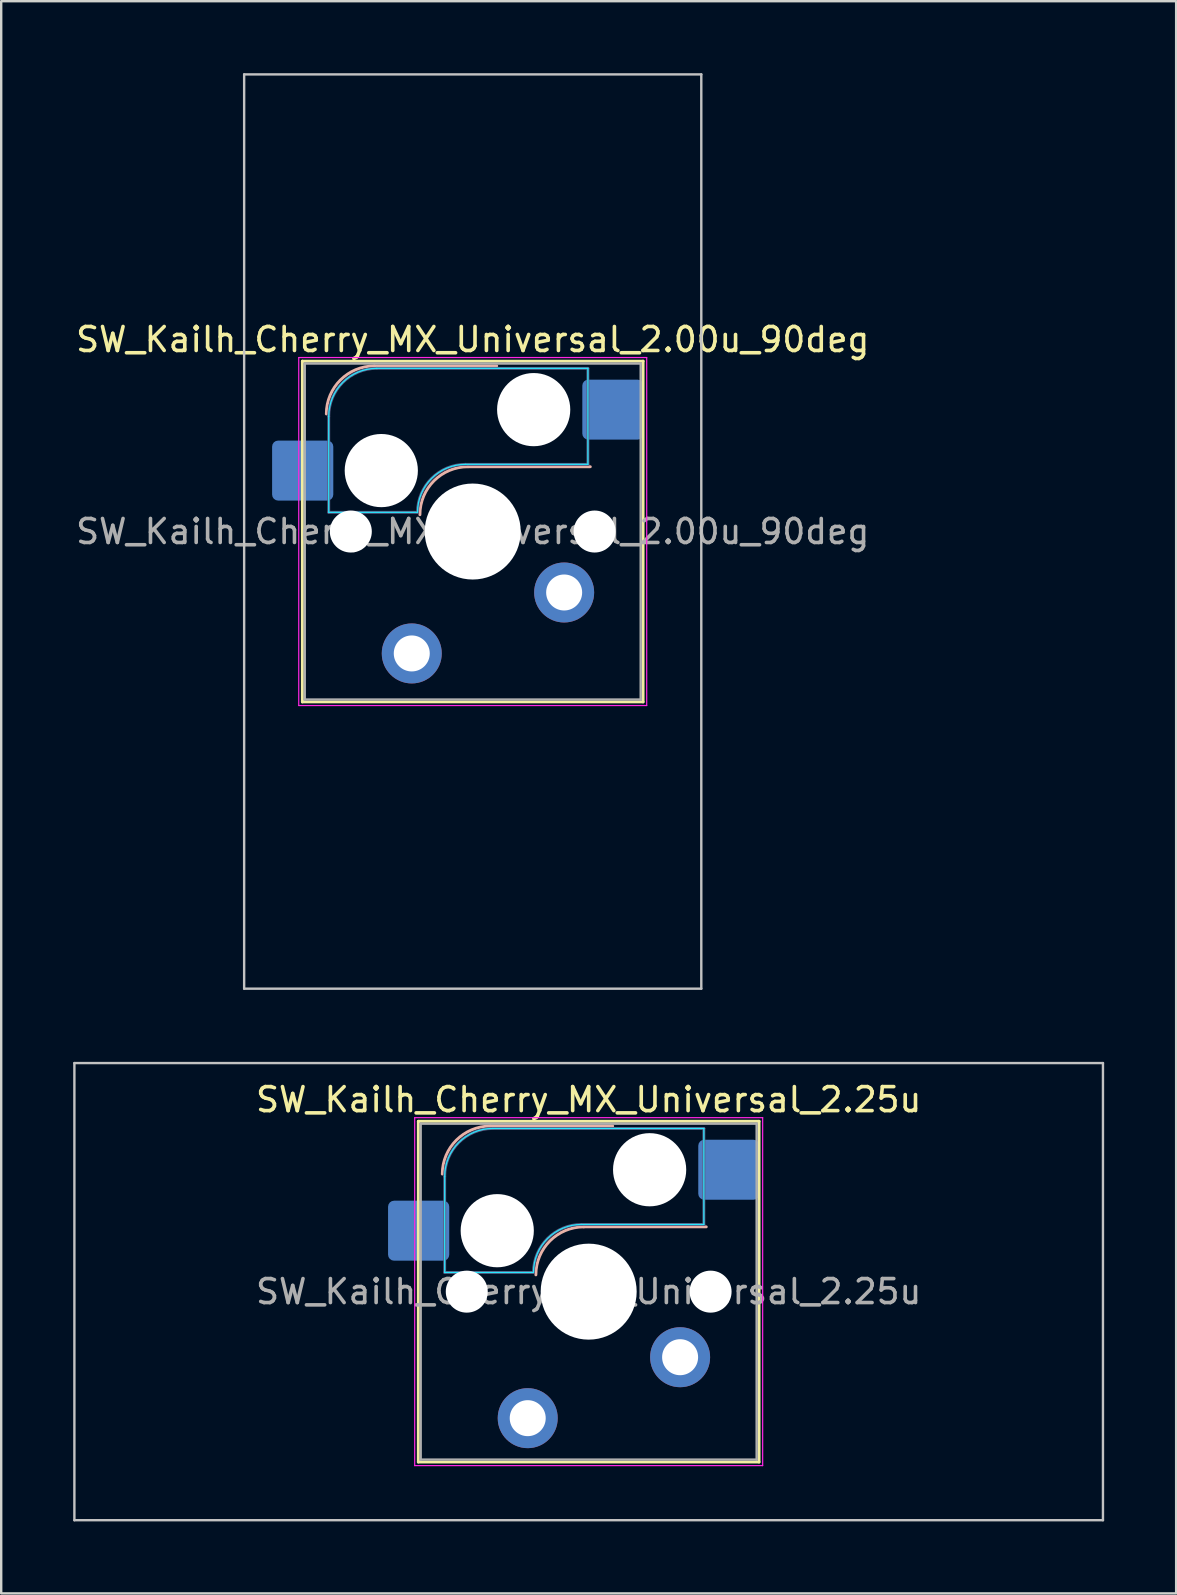
<source format=kicad_pcb>
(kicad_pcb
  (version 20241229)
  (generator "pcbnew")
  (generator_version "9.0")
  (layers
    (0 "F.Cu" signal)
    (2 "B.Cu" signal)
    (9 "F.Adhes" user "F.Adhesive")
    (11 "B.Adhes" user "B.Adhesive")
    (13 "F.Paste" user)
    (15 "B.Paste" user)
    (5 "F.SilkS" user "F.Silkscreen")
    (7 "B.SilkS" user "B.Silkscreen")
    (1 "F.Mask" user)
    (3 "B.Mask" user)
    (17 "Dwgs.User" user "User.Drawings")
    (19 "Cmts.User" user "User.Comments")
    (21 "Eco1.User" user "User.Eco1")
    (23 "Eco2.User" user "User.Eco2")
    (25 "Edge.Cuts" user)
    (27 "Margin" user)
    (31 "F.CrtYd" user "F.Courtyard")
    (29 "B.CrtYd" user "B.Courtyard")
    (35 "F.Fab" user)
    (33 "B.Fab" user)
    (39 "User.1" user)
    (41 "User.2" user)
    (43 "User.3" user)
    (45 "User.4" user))
  (footprint "SW_Kailh_Cherry_MX_Universal_2.25u"
    (layer "F.Cu")
    (at 21.481 50.775)
    (property "Reference" "SW_Kailh_Cherry_MX_Universal_2.25u" (at 0 -8 0) (layer "F.SilkS") (effects (font (size 1 1) (thickness 0.15))))
    (attr through_hole)
    (fp_line (start -7.1 -7.1) (end -7.1 7.1) (stroke (width 0.12) (type solid)) (layer "F.SilkS"))
    (fp_line (start -7.1 7.1) (end 7.1 7.1) (stroke (width 0.12) (type solid)) (layer "F.SilkS"))
    (fp_line (start 7.1 -7.1) (end -7.1 -7.1) (stroke (width 0.12) (type solid)) (layer "F.SilkS"))
    (fp_line (start 7.1 7.1) (end 7.1 -7.1) (stroke (width 0.12) (type solid)) (layer "F.SilkS"))
    (fp_line (start -4.1 -6.9) (end 1 -6.9) (stroke (width 0.12) (type solid)) (layer "B.SilkS"))
    (fp_line (start -0.2 -2.7) (end 4.9 -2.7) (stroke (width 0.12) (type solid)) (layer "B.SilkS"))
    (fp_arc (start -6.1 -4.9) (mid -5.514214 -6.314214) (end -4.1 -6.9) (stroke (width 0.12) (type solid)) (layer "B.SilkS"))
    (fp_arc (start -2.2 -0.7) (mid -1.614214 -2.114214) (end -0.2 -2.7) (stroke (width 0.12) (type solid)) (layer "B.SilkS"))
    (fp_line (start -21.431 -9.525) (end -21.431 9.525) (stroke (width 0.1) (type solid)) (layer "Dwgs.User"))
    (fp_line (start -21.431 9.525) (end 21.431 9.525) (stroke (width 0.1) (type solid)) (layer "Dwgs.User"))
    (fp_line (start 21.431 -9.525) (end -21.431 -9.525) (stroke (width 0.1) (type solid)) (layer "Dwgs.User"))
    (fp_line (start 21.431 9.525) (end 21.431 -9.525) (stroke (width 0.1) (type solid)) (layer "Dwgs.User"))
    (fp_line (start -7.8 -6) (end -7 -6) (stroke (width 0.1) (type solid)) (layer "Eco1.User"))
    (fp_line (start -7.8 -2.9) (end -7.8 -6) (stroke (width 0.1) (type solid)) (layer "Eco1.User"))
    (fp_line (start -7.8 2.9) (end -7 2.9) (stroke (width 0.1) (type solid)) (layer "Eco1.User"))
    (fp_line (start -7.8 6) (end -7.8 2.9) (stroke (width 0.1) (type solid)) (layer "Eco1.User"))
    (fp_line (start -7 -7) (end 7 -7) (stroke (width 0.1) (type solid)) (layer "Eco1.User"))
    (fp_line (start -7 -6) (end -7 -7) (stroke (width 0.1) (type solid)) (layer "Eco1.User"))
    (fp_line (start -7 -2.9) (end -7.8 -2.9) (stroke (width 0.1) (type solid)) (layer "Eco1.User"))
    (fp_line (start -7 2.9) (end -7 -2.9) (stroke (width 0.1) (type solid)) (layer "Eco1.User"))
    (fp_line (start -7 6) (end -7.8 6) (stroke (width 0.1) (type solid)) (layer "Eco1.User"))
    (fp_line (start -7 7) (end -7 6) (stroke (width 0.1) (type solid)) (layer "Eco1.User"))
    (fp_line (start 7 -7) (end 7 -6) (stroke (width 0.1) (type solid)) (layer "Eco1.User"))
    (fp_line (start 7 -6) (end 7.8 -6) (stroke (width 0.1) (type solid)) (layer "Eco1.User"))
    (fp_line (start 7 -2.9) (end 7 2.9) (stroke (width 0.1) (type solid)) (layer "Eco1.User"))
    (fp_line (start 7 2.9) (end 7.8 2.9) (stroke (width 0.1) (type solid)) (layer "Eco1.User"))
    (fp_line (start 7 6) (end 7 7) (stroke (width 0.1) (type solid)) (layer "Eco1.User"))
    (fp_line (start 7 7) (end -7 7) (stroke (width 0.1) (type solid)) (layer "Eco1.User"))
    (fp_line (start 7.8 -6) (end 7.8 -2.9) (stroke (width 0.1) (type solid)) (layer "Eco1.User"))
    (fp_line (start 7.8 -2.9) (end 7 -2.9) (stroke (width 0.1) (type solid)) (layer "Eco1.User"))
    (fp_line (start 7.8 2.9) (end 7.8 6) (stroke (width 0.1) (type solid)) (layer "Eco1.User"))
    (fp_line (start 7.8 6) (end 7 6) (stroke (width 0.1) (type solid)) (layer "Eco1.User"))
    (fp_line (start -6 -0.8) (end -6 -4.8) (stroke (width 0.05) (type solid)) (layer "B.CrtYd"))
    (fp_line (start -6 -0.8) (end -2.3 -0.8) (stroke (width 0.05) (type solid)) (layer "B.CrtYd"))
    (fp_line (start -4 -6.8) (end 4.8 -6.8) (stroke (width 0.05) (type solid)) (layer "B.CrtYd"))
    (fp_line (start -0.3 -2.8) (end 4.8 -2.8) (stroke (width 0.05) (type solid)) (layer "B.CrtYd"))
    (fp_line (start 4.8 -6.8) (end 4.8 -2.8) (stroke (width 0.05) (type solid)) (layer "B.CrtYd"))
    (fp_arc (start -6 -4.8) (mid -5.414214 -6.214214) (end -4 -6.8) (stroke (width 0.05) (type solid)) (layer "B.CrtYd"))
    (fp_arc (start -2.3 -0.8) (mid -1.714214 -2.214214) (end -0.3 -2.8) (stroke (width 0.05) (type solid)) (layer "B.CrtYd"))
    (fp_line (start -7.25 -7.25) (end -7.25 7.25) (stroke (width 0.05) (type solid)) (layer "F.CrtYd"))
    (fp_line (start -7.25 7.25) (end 7.25 7.25) (stroke (width 0.05) (type solid)) (layer "F.CrtYd"))
    (fp_line (start 7.25 -7.25) (end -7.25 -7.25) (stroke (width 0.05) (type solid)) (layer "F.CrtYd"))
    (fp_line (start 7.25 7.25) (end 7.25 -7.25) (stroke (width 0.05) (type solid)) (layer "F.CrtYd"))
    (fp_line (start -6 -0.8) (end -6 -4.8) (stroke (width 0.12) (type solid)) (layer "B.Fab"))
    (fp_line (start -6 -0.8) (end -2.3 -0.8) (stroke (width 0.12) (type solid)) (layer "B.Fab"))
    (fp_line (start -4 -6.8) (end 4.8 -6.8) (stroke (width 0.12) (type solid)) (layer "B.Fab"))
    (fp_line (start -0.3 -2.8) (end 4.8 -2.8) (stroke (width 0.12) (type solid)) (layer "B.Fab"))
    (fp_line (start 4.8 -6.8) (end 4.8 -2.8) (stroke (width 0.12) (type solid)) (layer "B.Fab"))
    (fp_arc (start -6 -4.8) (mid -5.414214 -6.214214) (end -4 -6.8) (stroke (width 0.12) (type solid)) (layer "B.Fab"))
    (fp_arc (start -2.3 -0.8) (mid -1.714214 -2.214214) (end -0.3 -2.8) (stroke (width 0.12) (type solid)) (layer "B.Fab"))
    (fp_line (start -7 -7) (end -7 7) (stroke (width 0.1) (type solid)) (layer "F.Fab"))
    (fp_line (start -7 7) (end 7 7) (stroke (width 0.1) (type solid)) (layer "F.Fab"))
    (fp_line (start 7 -7) (end -7 -7) (stroke (width 0.1) (type solid)) (layer "F.Fab"))
    (fp_line (start 7 7) (end 7 -7) (stroke (width 0.1) (type solid)) (layer "F.Fab"))
    (fp_text user "${REFERENCE}" (at 0 0 0) (layer "F.Fab") (effects (font (size 1 1) (thickness 0.15))))
    (pad "" np_thru_hole circle (at -5.08 0) (size 1.75 1.75) (drill 1.75) (layers "*.Cu" "*.Mask"))
    (pad "" np_thru_hole circle (at -3.81 -2.54) (size 3.05 3.05) (drill 3.05) (layers "*.Cu" "*.Mask"))
    (pad "" np_thru_hole circle (at 0 0) (size 4 4) (drill 4) (layers "*.Cu" "*.Mask"))
    (pad "" np_thru_hole circle (at 2.54 -5.08) (size 3.05 3.05) (drill 3.05) (layers "*.Cu" "*.Mask"))
    (pad "" np_thru_hole circle (at 5.08 0) (size 1.75 1.75) (drill 1.75) (layers "*.Cu" "*.Mask"))
    (pad "1" smd roundrect (at -7.085 -2.54) (size 2.55 2.5) (layers "B.Cu" "B.Mask" "B.Paste") (roundrect_rratio 0.1))
    (pad "1" thru_hole circle (at -2.54 5.272) (size 2.5 2.5) (drill 1.5) (layers "*.Cu" "*.Mask"))
    (pad "2" thru_hole circle (at 3.81 2.732) (size 2.5 2.5) (drill 1.5) (layers "*.Cu" "*.Mask"))
    (pad "2" smd roundrect (at 5.842 -5.08) (size 2.55 2.5) (layers "B.Cu" "B.Mask" "B.Paste") (roundrect_rratio 0.1)))
  (footprint "SW_Kailh_Cherry_MX_Universal_2.00u_90deg"
    (layer "F.Cu")
    (at 16.649 19.1)
    (property "Reference" "SW_Kailh_Cherry_MX_Universal_2.00u_90deg" (at 0 -8 0) (layer "F.SilkS") (effects (font (size 1 1) (thickness 0.15))))
    (attr through_hole)
    (fp_line (start -7.1 -7.1) (end -7.1 7.1) (stroke (width 0.12) (type solid)) (layer "F.SilkS"))
    (fp_line (start -7.1 7.1) (end 7.1 7.1) (stroke (width 0.12) (type solid)) (layer "F.SilkS"))
    (fp_line (start 7.1 -7.1) (end -7.1 -7.1) (stroke (width 0.12) (type solid)) (layer "F.SilkS"))
    (fp_line (start 7.1 7.1) (end 7.1 -7.1) (stroke (width 0.12) (type solid)) (layer "F.SilkS"))
    (fp_line (start -4.1 -6.9) (end 1 -6.9) (stroke (width 0.12) (type solid)) (layer "B.SilkS"))
    (fp_line (start -0.2 -2.7) (end 4.9 -2.7) (stroke (width 0.12) (type solid)) (layer "B.SilkS"))
    (fp_arc (start -6.1 -4.9) (mid -5.514214 -6.314214) (end -4.1 -6.9) (stroke (width 0.12) (type solid)) (layer "B.SilkS"))
    (fp_arc (start -2.2 -0.7) (mid -1.614214 -2.114214) (end -0.2 -2.7) (stroke (width 0.12) (type solid)) (layer "B.SilkS"))
    (fp_line (start -9.525 -19.05) (end 9.525 -19.05) (stroke (width 0.1) (type solid)) (layer "Dwgs.User"))
    (fp_line (start -9.525 19.05) (end -9.525 -19.05) (stroke (width 0.1) (type solid)) (layer "Dwgs.User"))
    (fp_line (start 9.525 -19.05) (end 9.525 19.05) (stroke (width 0.1) (type solid)) (layer "Dwgs.User"))
    (fp_line (start 9.525 19.05) (end -9.525 19.05) (stroke (width 0.1) (type solid)) (layer "Dwgs.User"))
    (fp_line (start -7.8 -6) (end -7 -6) (stroke (width 0.1) (type solid)) (layer "Eco1.User"))
    (fp_line (start -7.8 -2.9) (end -7.8 -6) (stroke (width 0.1) (type solid)) (layer "Eco1.User"))
    (fp_line (start -7.8 2.9) (end -7 2.9) (stroke (width 0.1) (type solid)) (layer "Eco1.User"))
    (fp_line (start -7.8 6) (end -7.8 2.9) (stroke (width 0.1) (type solid)) (layer "Eco1.User"))
    (fp_line (start -7 -7) (end 7 -7) (stroke (width 0.1) (type solid)) (layer "Eco1.User"))
    (fp_line (start -7 -6) (end -7 -7) (stroke (width 0.1) (type solid)) (layer "Eco1.User"))
    (fp_line (start -7 -2.9) (end -7.8 -2.9) (stroke (width 0.1) (type solid)) (layer "Eco1.User"))
    (fp_line (start -7 2.9) (end -7 -2.9) (stroke (width 0.1) (type solid)) (layer "Eco1.User"))
    (fp_line (start -7 6) (end -7.8 6) (stroke (width 0.1) (type solid)) (layer "Eco1.User"))
    (fp_line (start -7 7) (end -7 6) (stroke (width 0.1) (type solid)) (layer "Eco1.User"))
    (fp_line (start 7 -7) (end 7 -6) (stroke (width 0.1) (type solid)) (layer "Eco1.User"))
    (fp_line (start 7 -6) (end 7.8 -6) (stroke (width 0.1) (type solid)) (layer "Eco1.User"))
    (fp_line (start 7 -2.9) (end 7 2.9) (stroke (width 0.1) (type solid)) (layer "Eco1.User"))
    (fp_line (start 7 2.9) (end 7.8 2.9) (stroke (width 0.1) (type solid)) (layer "Eco1.User"))
    (fp_line (start 7 6) (end 7 7) (stroke (width 0.1) (type solid)) (layer "Eco1.User"))
    (fp_line (start 7 7) (end -7 7) (stroke (width 0.1) (type solid)) (layer "Eco1.User"))
    (fp_line (start 7.8 -6) (end 7.8 -2.9) (stroke (width 0.1) (type solid)) (layer "Eco1.User"))
    (fp_line (start 7.8 -2.9) (end 7 -2.9) (stroke (width 0.1) (type solid)) (layer "Eco1.User"))
    (fp_line (start 7.8 2.9) (end 7.8 6) (stroke (width 0.1) (type solid)) (layer "Eco1.User"))
    (fp_line (start 7.8 6) (end 7 6) (stroke (width 0.1) (type solid)) (layer "Eco1.User"))
    (fp_line (start -6 -0.8) (end -6 -4.8) (stroke (width 0.05) (type solid)) (layer "B.CrtYd"))
    (fp_line (start -6 -0.8) (end -2.3 -0.8) (stroke (width 0.05) (type solid)) (layer "B.CrtYd"))
    (fp_line (start -4 -6.8) (end 4.8 -6.8) (stroke (width 0.05) (type solid)) (layer "B.CrtYd"))
    (fp_line (start -0.3 -2.8) (end 4.8 -2.8) (stroke (width 0.05) (type solid)) (layer "B.CrtYd"))
    (fp_line (start 4.8 -6.8) (end 4.8 -2.8) (stroke (width 0.05) (type solid)) (layer "B.CrtYd"))
    (fp_arc (start -6 -4.8) (mid -5.414214 -6.214214) (end -4 -6.8) (stroke (width 0.05) (type solid)) (layer "B.CrtYd"))
    (fp_arc (start -2.3 -0.8) (mid -1.714214 -2.214214) (end -0.3 -2.8) (stroke (width 0.05) (type solid)) (layer "B.CrtYd"))
    (fp_line (start -7.25 -7.25) (end -7.25 7.25) (stroke (width 0.05) (type solid)) (layer "F.CrtYd"))
    (fp_line (start -7.25 7.25) (end 7.25 7.25) (stroke (width 0.05) (type solid)) (layer "F.CrtYd"))
    (fp_line (start 7.25 -7.25) (end -7.25 -7.25) (stroke (width 0.05) (type solid)) (layer "F.CrtYd"))
    (fp_line (start 7.25 7.25) (end 7.25 -7.25) (stroke (width 0.05) (type solid)) (layer "F.CrtYd"))
    (fp_line (start -6 -0.8) (end -6 -4.8) (stroke (width 0.12) (type solid)) (layer "B.Fab"))
    (fp_line (start -6 -0.8) (end -2.3 -0.8) (stroke (width 0.12) (type solid)) (layer "B.Fab"))
    (fp_line (start -4 -6.8) (end 4.8 -6.8) (stroke (width 0.12) (type solid)) (layer "B.Fab"))
    (fp_line (start -0.3 -2.8) (end 4.8 -2.8) (stroke (width 0.12) (type solid)) (layer "B.Fab"))
    (fp_line (start 4.8 -6.8) (end 4.8 -2.8) (stroke (width 0.12) (type solid)) (layer "B.Fab"))
    (fp_arc (start -6 -4.8) (mid -5.414214 -6.214214) (end -4 -6.8) (stroke (width 0.12) (type solid)) (layer "B.Fab"))
    (fp_arc (start -2.3 -0.8) (mid -1.714214 -2.214214) (end -0.3 -2.8) (stroke (width 0.12) (type solid)) (layer "B.Fab"))
    (fp_line (start -7 -7) (end -7 7) (stroke (width 0.1) (type solid)) (layer "F.Fab"))
    (fp_line (start -7 7) (end 7 7) (stroke (width 0.1) (type solid)) (layer "F.Fab"))
    (fp_line (start 7 -7) (end -7 -7) (stroke (width 0.1) (type solid)) (layer "F.Fab"))
    (fp_line (start 7 7) (end 7 -7) (stroke (width 0.1) (type solid)) (layer "F.Fab"))
    (fp_text user "${REFERENCE}" (at 0 0 0) (layer "F.Fab") (effects (font (size 1 1) (thickness 0.15))))
    (pad "" np_thru_hole circle (at -5.08 0) (size 1.75 1.75) (drill 1.75) (layers "*.Cu" "*.Mask"))
    (pad "" np_thru_hole circle (at -3.81 -2.54) (size 3.05 3.05) (drill 3.05) (layers "*.Cu" "*.Mask"))
    (pad "" np_thru_hole circle (at 0 0) (size 4 4) (drill 4) (layers "*.Cu" "*.Mask"))
    (pad "" np_thru_hole circle (at 2.54 -5.08) (size 3.05 3.05) (drill 3.05) (layers "*.Cu" "*.Mask"))
    (pad "" np_thru_hole circle (at 5.08 0) (size 1.75 1.75) (drill 1.75) (layers "*.Cu" "*.Mask"))
    (pad "1" smd roundrect (at -7.085 -2.54) (size 2.55 2.5) (layers "B.Cu" "B.Mask" "B.Paste") (roundrect_rratio 0.1))
    (pad "1" thru_hole circle (at -2.54 5.08) (size 2.5 2.5) (drill 1.5) (layers "*.Cu" "*.Mask"))
    (pad "2" thru_hole circle (at 3.81 2.54) (size 2.5 2.5) (drill 1.5) (layers "*.Cu" "*.Mask"))
    (pad "2" smd roundrect (at 5.842 -5.08) (size 2.55 2.5) (layers "B.Cu" "B.Mask" "B.Paste") (roundrect_rratio 0.1)))
  (gr_rect
    (start -3 -3)
    (end 45.962 63.35)
    (stroke (width 0.1) (type default))
    (fill no)
    (layer "Edge.Cuts")))
</source>
